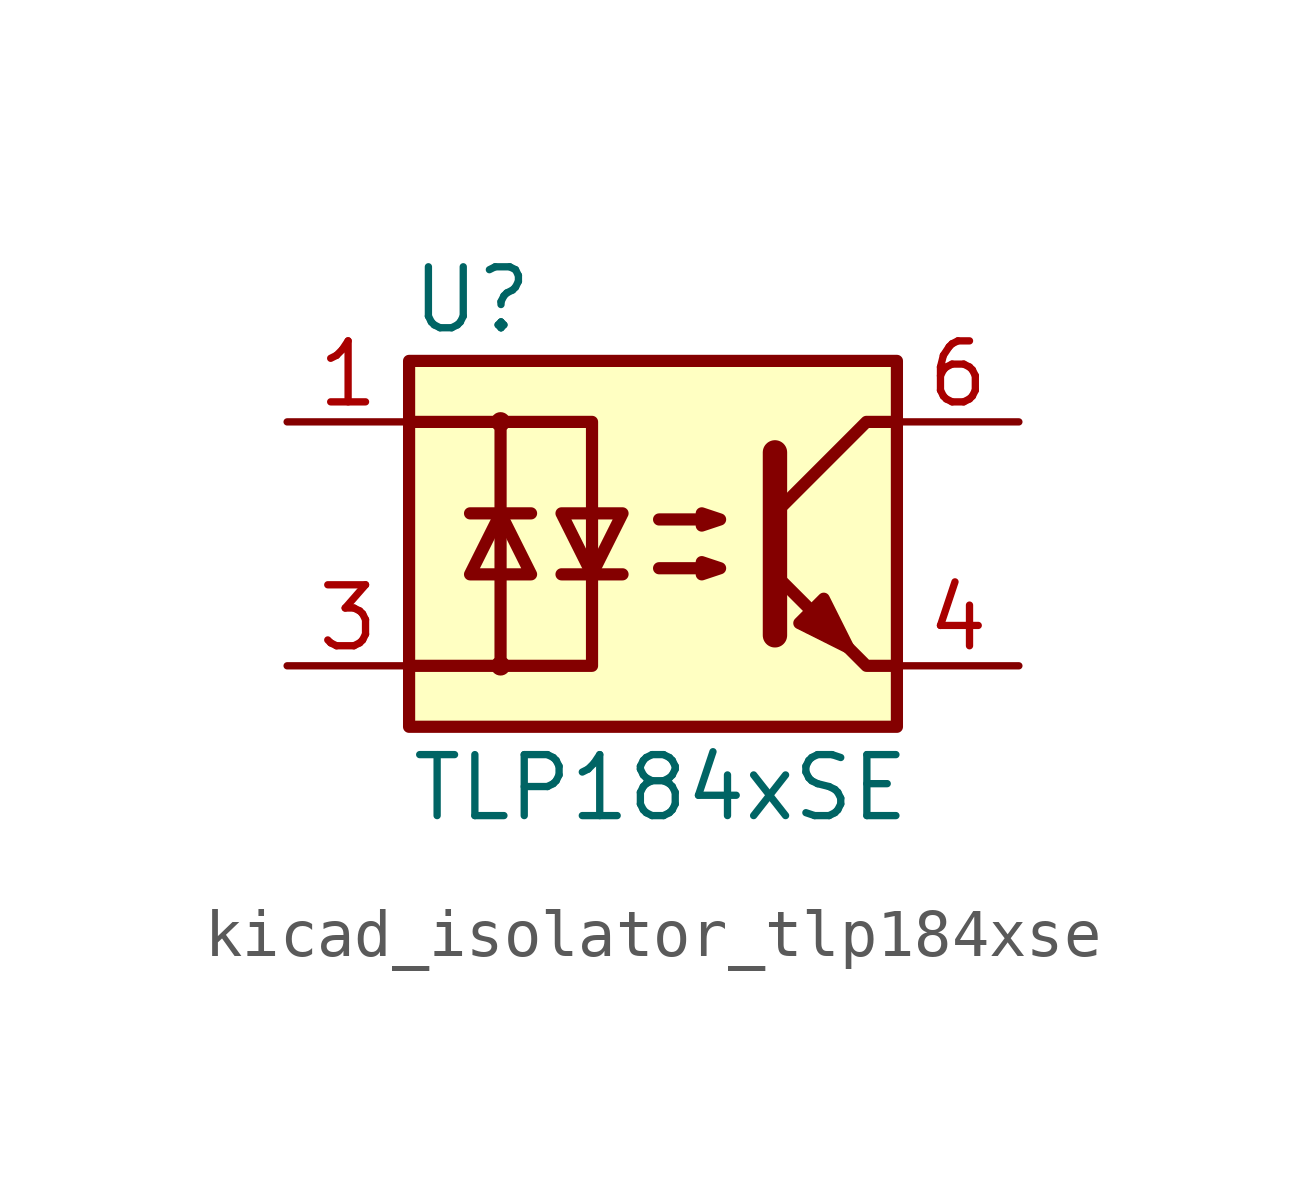
<source format=kicad_sym>
(kicad_symbol_lib
  (version 20220914)
  (generator kicad_symbol_editor)
  (symbol "kicad_isolator_tlp184xse"
    (property "Reference" "U"
      (at -5.08 5.08 0)
      (effects (font (size 1.27 1.27)) (justify left)))
    (property "Value" "TLP184xSE"
      (at -5.08 -5.08 0)
      (effects (font (size 1.27 1.27)) (justify left)))
    (symbol "kicad_isolator_tlp184xse_0_1"
      (rectangle (start -5.08 3.81) (end 5.08 -3.81) (stroke (width 0.254) (type default)) (fill (type background)))
      (circle (center -3.175 -2.54) (radius 0.127) (stroke (width 0) (type default)) (fill (type none)))
      (circle (center -3.175 2.54) (radius 0.127) (stroke (width 0) (type default)) (fill (type none)))
      (polyline (pts (xy -3.81 0.635) (xy -2.54 0.635)) (stroke (width 0.254) (type default)) (fill (type none)))
      (polyline (pts (xy -1.905 -0.635) (xy -0.635 -0.635)) (stroke (width 0.254) (type default)) (fill (type none)))
      (polyline (pts (xy 2.54 1.905) (xy 2.54 -1.905) (xy 2.54 -1.905)) (stroke (width 0.508) (type default)) (fill (type none)))
      (polyline (pts (xy 5.08 -2.54) (xy 4.445 -2.54) (xy 2.54 -0.635)) (stroke (width 0.254) (type default)) (fill (type none)))
      (polyline (pts (xy 5.08 2.54) (xy 4.445 2.54) (xy 2.54 0.635)) (stroke (width 0.254) (type default)) (fill (type none)))
      (polyline (pts (xy -5.08 2.54) (xy -3.175 2.54) (xy -3.175 -2.54) (xy -5.08 -2.54)) (stroke (width 0.254) (type default)) (fill (type none)))
      (polyline (pts (xy -3.175 -2.54) (xy -1.27 -2.54) (xy -1.27 2.54) (xy -3.175 2.54)) (stroke (width 0.254) (type default)) (fill (type none)))
      (polyline (pts (xy -3.175 0.635) (xy -3.81 -0.635) (xy -2.54 -0.635) (xy -3.175 0.635)) (stroke (width 0.254) (type default)) (fill (type none)))
      (polyline (pts (xy -1.27 -0.635) (xy -1.905 0.635) (xy -0.635 0.635) (xy -1.27 -0.635)) (stroke (width 0.254) (type default)) (fill (type none)))
      (polyline (pts (xy 0.127 -0.508) (xy 1.397 -0.508) (xy 1.016 -0.635) (xy 1.016 -0.381) (xy 1.397 -0.508)) (stroke (width 0.254) (type default)) (fill (type none)))
      (polyline (pts (xy 0.127 0.508) (xy 1.397 0.508) (xy 1.016 0.381) (xy 1.016 0.635) (xy 1.397 0.508)) (stroke (width 0.254) (type default)) (fill (type none)))
      (polyline (pts (xy 3.048 -1.651) (xy 3.556 -1.143) (xy 4.064 -2.159) (xy 3.048 -1.651) (xy 3.048 -1.651)) (stroke (width 0.254) (type default)) (fill (type outline))))
    (symbol "kicad_isolator_tlp184xse_1_1"
      (pin passive line (at -7.62 2.54 0) (length 2.54) (name "~" (effects (font (size 1.27 1.27)))) (number "1" (effects (font (size 1.27 1.27)))))
      (pin passive line (at -7.62 -2.54 0) (length 2.54) (name "~" (effects (font (size 1.27 1.27)))) (number "3" (effects (font (size 1.27 1.27)))))
      (pin passive line (at 7.62 -2.54 180) (length 2.54) (name "~" (effects (font (size 1.27 1.27)))) (number "4" (effects (font (size 1.27 1.27)))))
      (pin passive line (at 7.62 2.54 180) (length 2.54) (name "~" (effects (font (size 1.27 1.27)))) (number "6" (effects (font (size 1.27 1.27))))))))
</source>
